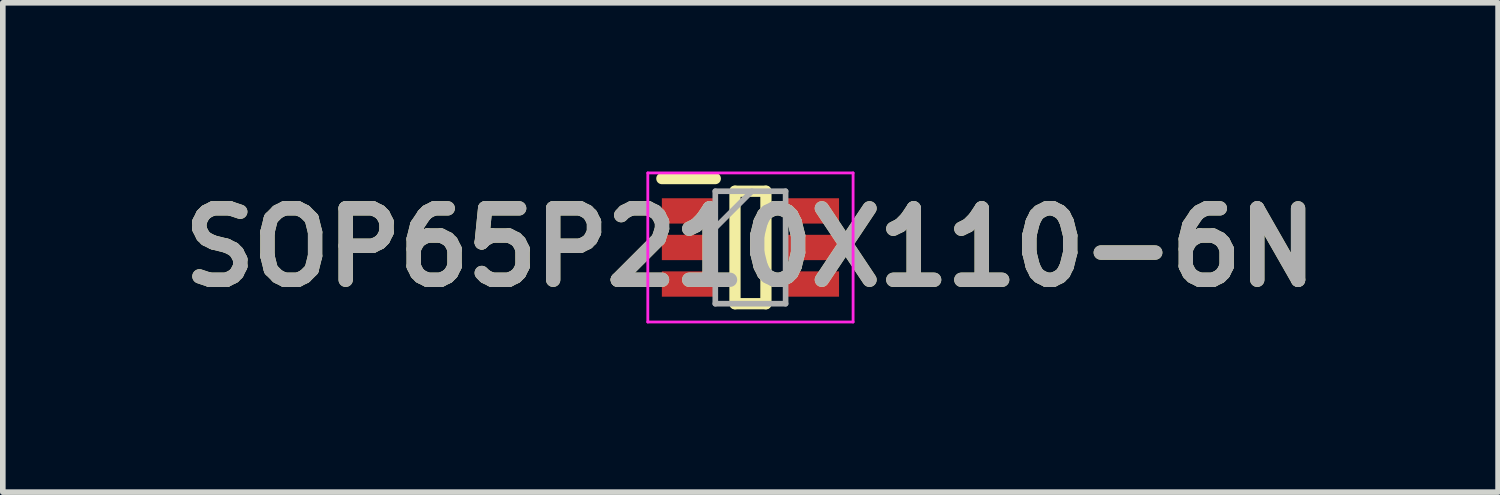
<source format=kicad_pcb>
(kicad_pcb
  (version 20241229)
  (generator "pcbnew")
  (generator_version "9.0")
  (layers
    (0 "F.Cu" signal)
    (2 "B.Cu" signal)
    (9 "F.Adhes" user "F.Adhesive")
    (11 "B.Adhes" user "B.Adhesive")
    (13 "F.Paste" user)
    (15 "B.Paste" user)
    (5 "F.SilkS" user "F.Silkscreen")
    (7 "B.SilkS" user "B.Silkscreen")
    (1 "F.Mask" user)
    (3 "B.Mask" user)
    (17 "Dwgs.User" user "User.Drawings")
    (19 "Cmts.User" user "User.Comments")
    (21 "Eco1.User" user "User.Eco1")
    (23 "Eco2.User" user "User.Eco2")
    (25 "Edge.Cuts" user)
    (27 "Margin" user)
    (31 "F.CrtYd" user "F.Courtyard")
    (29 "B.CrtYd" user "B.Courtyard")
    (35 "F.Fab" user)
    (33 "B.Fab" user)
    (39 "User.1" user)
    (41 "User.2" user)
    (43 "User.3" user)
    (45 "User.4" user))
  (footprint "SOP65P210X110-6N"
    (layer "F.Cu")
    (at 10.293 1.35)
    (property "Reference" "SOP65P210X110-6N" (at 0 0 0) (layer "F.SilkS") (effects (font (size 1.27 1.27) (thickness 0.254))))
    (attr smd)
    (fp_line (start -1.575 -1.225) (end -0.625 -1.225) (stroke (width 0.2) (type solid)) (layer "F.SilkS"))
    (fp_line (start -0.275 -1) (end 0.275 -1) (stroke (width 0.2) (type solid)) (layer "F.SilkS"))
    (fp_line (start -0.275 1) (end -0.275 -1) (stroke (width 0.2) (type solid)) (layer "F.SilkS"))
    (fp_line (start 0.275 -1) (end 0.275 1) (stroke (width 0.2) (type solid)) (layer "F.SilkS"))
    (fp_line (start 0.275 1) (end -0.275 1) (stroke (width 0.2) (type solid)) (layer "F.SilkS"))
    (fp_line (start -1.825 -1.325) (end 1.825 -1.325) (stroke (width 0.05) (type solid)) (layer "F.CrtYd"))
    (fp_line (start -1.825 1.325) (end -1.825 -1.325) (stroke (width 0.05) (type solid)) (layer "F.CrtYd"))
    (fp_line (start 1.825 -1.325) (end 1.825 1.325) (stroke (width 0.05) (type solid)) (layer "F.CrtYd"))
    (fp_line (start 1.825 1.325) (end -1.825 1.325) (stroke (width 0.05) (type solid)) (layer "F.CrtYd"))
    (fp_line (start -0.625 -1) (end 0.625 -1) (stroke (width 0.1) (type solid)) (layer "F.Fab"))
    (fp_line (start -0.625 -0.35) (end 0.025 -1) (stroke (width 0.1) (type solid)) (layer "F.Fab"))
    (fp_line (start -0.625 1) (end -0.625 -1) (stroke (width 0.1) (type solid)) (layer "F.Fab"))
    (fp_line (start 0.625 -1) (end 0.625 1) (stroke (width 0.1) (type solid)) (layer "F.Fab"))
    (fp_line (start 0.625 1) (end -0.625 1) (stroke (width 0.1) (type solid)) (layer "F.Fab"))
    (fp_text user "${REFERENCE}" (at 0 0 0) (layer "F.Fab") (effects (font (size 1.27 1.27) (thickness 0.254))))
    (pad "1" smd rect (at -1.1 -0.65 90) (size 0.45 0.95) (layers "F.Cu" "F.Mask" "F.Paste"))
    (pad "2" smd rect (at -1.1 0 90) (size 0.45 0.95) (layers "F.Cu" "F.Mask" "F.Paste"))
    (pad "3" smd rect (at -1.1 0.65 90) (size 0.45 0.95) (layers "F.Cu" "F.Mask" "F.Paste"))
    (pad "4" smd rect (at 1.1 0.65 90) (size 0.45 0.95) (layers "F.Cu" "F.Mask" "F.Paste"))
    (pad "5" smd rect (at 1.1 0 90) (size 0.45 0.95) (layers "F.Cu" "F.Mask" "F.Paste"))
    (pad "6" smd rect (at 1.1 -0.65 90) (size 0.45 0.95) (layers "F.Cu" "F.Mask" "F.Paste")))
  (gr_rect
    (start -3 -3)
    (end 23.586 5.7)
    (stroke (width 0.1) (type default))
    (fill no)
    (layer "Edge.Cuts")))
</source>
